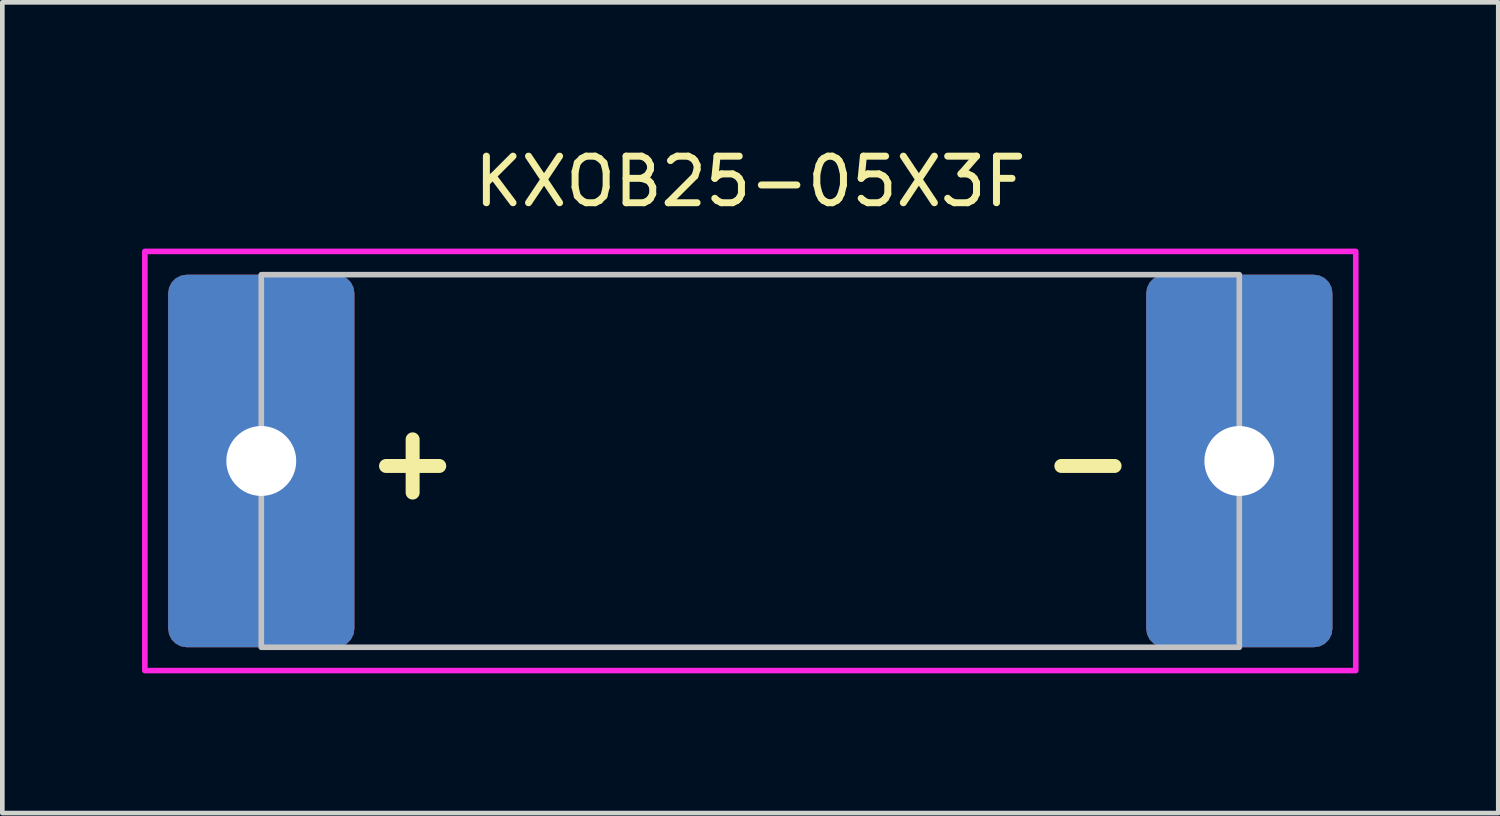
<source format=kicad_pcb>
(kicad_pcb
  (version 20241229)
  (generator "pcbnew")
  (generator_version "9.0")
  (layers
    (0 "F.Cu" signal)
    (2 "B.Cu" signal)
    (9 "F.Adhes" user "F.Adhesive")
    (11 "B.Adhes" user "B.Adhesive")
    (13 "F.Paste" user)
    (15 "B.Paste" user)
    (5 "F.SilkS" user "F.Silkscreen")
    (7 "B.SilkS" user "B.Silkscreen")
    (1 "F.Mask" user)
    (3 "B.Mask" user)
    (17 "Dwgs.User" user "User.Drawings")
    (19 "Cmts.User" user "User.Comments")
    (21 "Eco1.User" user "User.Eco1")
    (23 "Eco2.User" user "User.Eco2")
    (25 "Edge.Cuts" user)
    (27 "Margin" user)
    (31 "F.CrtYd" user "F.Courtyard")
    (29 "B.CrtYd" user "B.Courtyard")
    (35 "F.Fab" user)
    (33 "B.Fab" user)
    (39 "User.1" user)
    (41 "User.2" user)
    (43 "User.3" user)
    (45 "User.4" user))
  (footprint "KXOB25-05X3F"
    (layer "F.Cu")
    (at 13.06 6.848)
    (property "Reference" "KXOB25-05X3F" (at 0 -6 0) (unlocked yes) (layer "F.SilkS") (effects (font (size 1 1) (thickness 0.15))))
    (attr smd)
    (fp_rect (start 10.5 4) (end -10.5 -4) (stroke (width 0.12) (type solid)) (fill no) (layer "Dwgs.User"))
    (fp_rect (start 13 4.5) (end -13 -4.5) (stroke (width 0.12) (type solid)) (fill no) (layer "F.CrtYd"))
    (fp_text user "-" (at 7.25 0 0) (unlocked yes) (layer "F.SilkS") (effects (font (size 1.5 1.5) (thickness 0.3))))
    (fp_text user "+" (at -7.25 0 0) (unlocked yes) (layer "F.SilkS") (effects (font (size 1.5 1.5) (thickness 0.3))))
    (pad "1" thru_hole roundrect (at -10.5 0) (size 4 8) (drill 1.5) (layers "*.Cu" "F.Mask") (roundrect_rratio 0.1))
    (pad "2" thru_hole roundrect (at 10.5 0) (size 4 8) (drill 1.5) (layers "*.Cu" "F.Mask") (roundrect_rratio 0.1)))
  (gr_rect
    (start -3 -3)
    (end 29.12 14.408)
    (stroke (width 0.1) (type default))
    (fill no)
    (layer "Edge.Cuts")))
</source>
